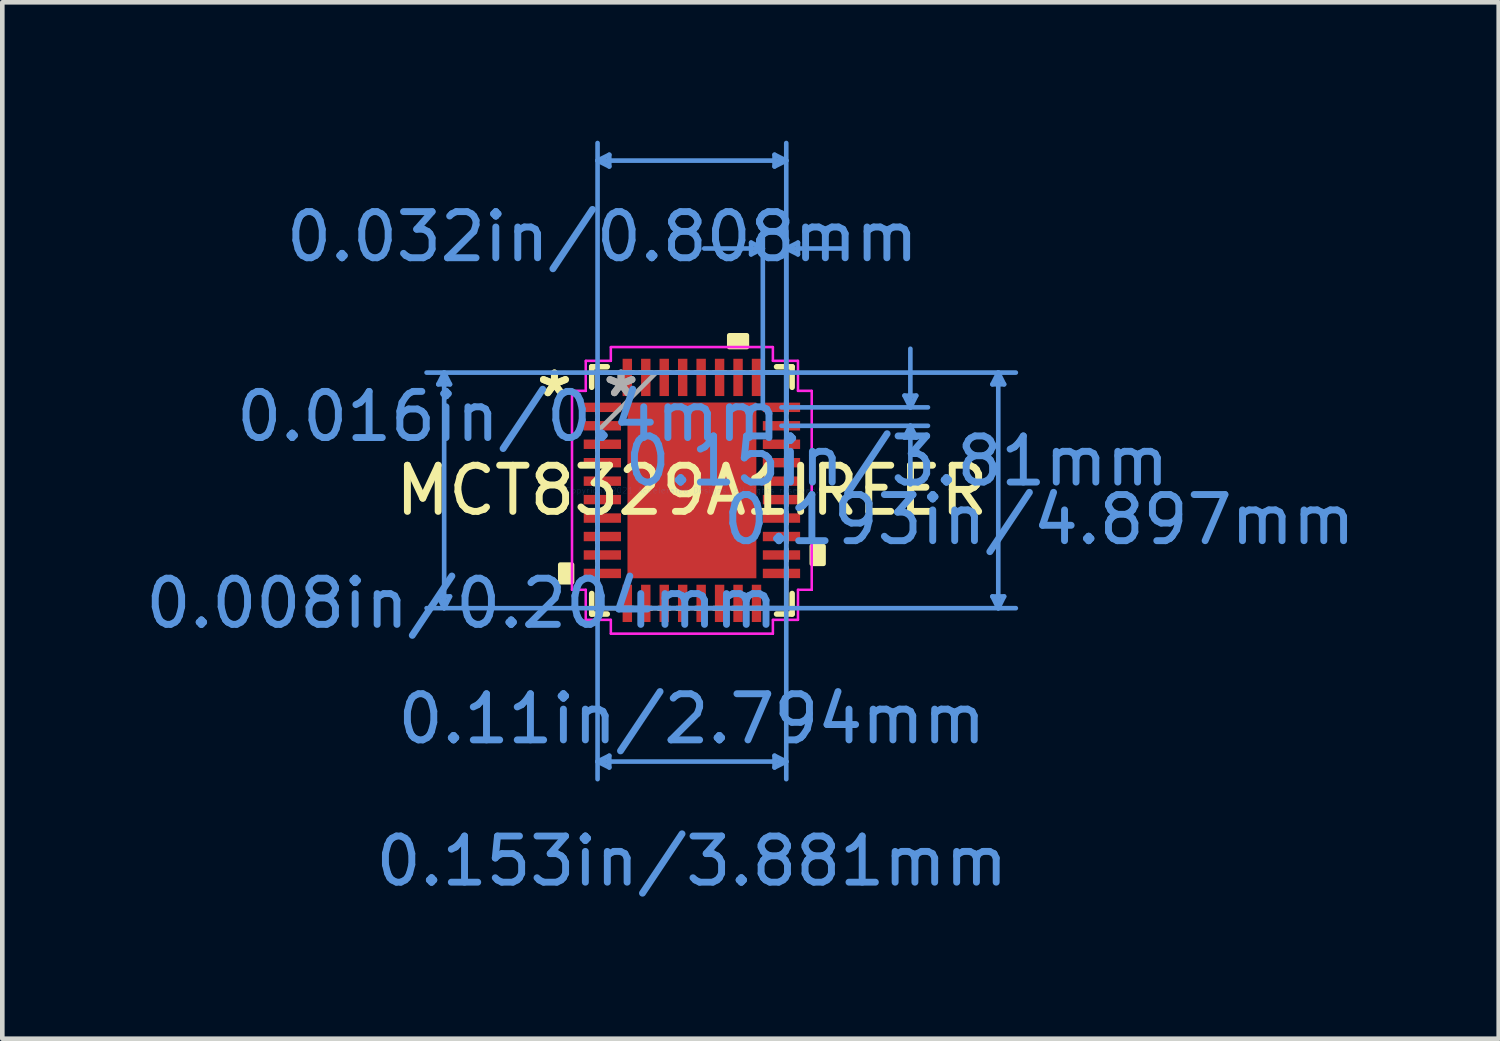
<source format=kicad_pcb>
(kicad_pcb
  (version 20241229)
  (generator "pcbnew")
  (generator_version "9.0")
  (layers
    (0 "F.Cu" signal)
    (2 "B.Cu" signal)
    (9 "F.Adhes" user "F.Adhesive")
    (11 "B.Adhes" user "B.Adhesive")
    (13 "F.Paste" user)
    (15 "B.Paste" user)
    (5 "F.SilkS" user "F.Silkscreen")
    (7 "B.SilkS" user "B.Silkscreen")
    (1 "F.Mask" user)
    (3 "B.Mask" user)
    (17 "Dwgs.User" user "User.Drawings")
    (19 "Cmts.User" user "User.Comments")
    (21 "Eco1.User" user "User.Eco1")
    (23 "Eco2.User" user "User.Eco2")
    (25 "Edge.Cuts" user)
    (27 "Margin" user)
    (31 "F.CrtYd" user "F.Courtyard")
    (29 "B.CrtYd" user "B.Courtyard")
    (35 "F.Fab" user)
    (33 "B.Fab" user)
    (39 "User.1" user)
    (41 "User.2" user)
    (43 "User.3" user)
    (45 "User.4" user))
  (footprint "MCT8329A1IREER"
    (layer "F.Cu")
    (at 11.947 7.579)
    (property "Reference" "MCT8329A1IREER" (at 0 0 0) (layer "F.SilkS") (effects (font (size 1 1) (thickness 0.15))))
    (attr through_hole)
    (fp_line (start -2.172 -2.68) (end -2.172 -2.235) (stroke (width 0.12) (type solid)) (layer "F.SilkS"))
    (fp_line (start -2.172 2.235) (end -2.172 2.68) (stroke (width 0.12) (type solid)) (layer "F.SilkS"))
    (fp_line (start -2.172 2.68) (end -1.835 2.68) (stroke (width 0.12) (type solid)) (layer "F.SilkS"))
    (fp_line (start -1.835 -2.68) (end -2.172 -2.68) (stroke (width 0.12) (type solid)) (layer "F.SilkS"))
    (fp_line (start 1.835 2.68) (end 2.172 2.68) (stroke (width 0.12) (type solid)) (layer "F.SilkS"))
    (fp_line (start 2.172 -2.68) (end 1.835 -2.68) (stroke (width 0.12) (type solid)) (layer "F.SilkS"))
    (fp_line (start 2.172 -2.235) (end 2.172 -2.68) (stroke (width 0.12) (type solid)) (layer "F.SilkS"))
    (fp_line (start 2.172 2.68) (end 2.172 2.235) (stroke (width 0.12) (type solid)) (layer "F.SilkS"))
    (fp_poly (pts (xy -2.853 1.609) (xy -2.853 1.99) (xy -2.599 1.99) (xy -2.599 1.609)) (stroke (width 0.1) (type solid)) (fill yes) (layer "F.SilkS"))
    (fp_poly (pts (xy 0.81 -3.107) (xy 0.81 -3.361) (xy 1.191 -3.361) (xy 1.191 -3.107)) (stroke (width 0.1) (type solid)) (fill yes) (layer "F.SilkS"))
    (fp_poly (pts (xy 2.853 1.21) (xy 2.853 1.591) (xy 2.599 1.591) (xy 2.599 1.21)) (stroke (width 0.1) (type solid)) (fill yes) (layer "F.SilkS"))
    (fp_poly (pts (xy -1.297 -1.805) (xy -1.297 -0.735) (xy -0.1 -0.735) (xy -0.1 -1.805)) (stroke (width 0.1) (type solid)) (fill yes) (layer "F.Paste"))
    (fp_poly (pts (xy -1.297 -0.535) (xy -1.297 0.535) (xy -0.1 0.535) (xy -0.1 -0.535)) (stroke (width 0.1) (type solid)) (fill yes) (layer "F.Paste"))
    (fp_poly (pts (xy -1.297 0.735) (xy -1.297 1.805) (xy -0.1 1.805) (xy -0.1 0.735)) (stroke (width 0.1) (type solid)) (fill yes) (layer "F.Paste"))
    (fp_poly (pts (xy 0.1 -1.805) (xy 0.1 -0.735) (xy 1.297 -0.735) (xy 1.297 -1.805)) (stroke (width 0.1) (type solid)) (fill yes) (layer "F.Paste"))
    (fp_poly (pts (xy 0.1 -0.535) (xy 0.1 0.535) (xy 1.297 0.535) (xy 1.297 -0.535)) (stroke (width 0.1) (type solid)) (fill yes) (layer "F.Paste"))
    (fp_poly (pts (xy 0.1 0.735) (xy 0.1 1.805) (xy 1.297 1.805) (xy 1.297 0.735)) (stroke (width 0.1) (type solid)) (fill yes) (layer "F.Paste"))
    (fp_line (start -5.497 -2.299) (end -5.243 -2.299) (stroke (width 0.1) (type solid)) (layer "Cmts.User"))
    (fp_line (start -5.497 2.299) (end -5.243 2.299) (stroke (width 0.1) (type solid)) (layer "Cmts.User"))
    (fp_line (start -5.37 -2.553) (end -5.497 -2.299) (stroke (width 0.1) (type solid)) (layer "Cmts.User"))
    (fp_line (start -5.37 -2.553) (end -5.37 2.553) (stroke (width 0.1) (type solid)) (layer "Cmts.User"))
    (fp_line (start -5.37 -2.553) (end -5.243 -2.299) (stroke (width 0.1) (type solid)) (layer "Cmts.User"))
    (fp_line (start -5.37 2.553) (end -5.497 2.299) (stroke (width 0.1) (type solid)) (layer "Cmts.User"))
    (fp_line (start -5.37 2.553) (end -5.243 2.299) (stroke (width 0.1) (type solid)) (layer "Cmts.User"))
    (fp_line (start -2.045 -7.148) (end -1.791 -7.275) (stroke (width 0.1) (type solid)) (layer "Cmts.User"))
    (fp_line (start -2.045 -7.148) (end -1.791 -7.021) (stroke (width 0.1) (type solid)) (layer "Cmts.User"))
    (fp_line (start -2.045 -7.148) (end 2.045 -7.148) (stroke (width 0.1) (type solid)) (layer "Cmts.User"))
    (fp_line (start -2.045 -2.553) (end -2.045 6.259) (stroke (width 0.1) (type solid)) (layer "Cmts.User"))
    (fp_line (start -2.045 -1.8) (end -2.045 -7.529) (stroke (width 0.1) (type solid)) (layer "Cmts.User"))
    (fp_line (start -2.045 5.878) (end -1.791 5.751) (stroke (width 0.1) (type solid)) (layer "Cmts.User"))
    (fp_line (start -2.045 5.878) (end -1.791 6.005) (stroke (width 0.1) (type solid)) (layer "Cmts.User"))
    (fp_line (start -2.045 5.878) (end 2.045 5.878) (stroke (width 0.1) (type solid)) (layer "Cmts.User"))
    (fp_line (start -1.791 -7.275) (end -1.791 -7.021) (stroke (width 0.1) (type solid)) (layer "Cmts.User"))
    (fp_line (start -1.791 5.751) (end -1.791 6.005) (stroke (width 0.1) (type solid)) (layer "Cmts.User"))
    (fp_line (start 1.283 -5.37) (end 1.283 -5.116) (stroke (width 0.1) (type solid)) (layer "Cmts.User"))
    (fp_line (start 1.4 -2.553) (end 7.021 -2.553) (stroke (width 0.1) (type solid)) (layer "Cmts.User"))
    (fp_line (start 1.4 2.553) (end 7.021 2.553) (stroke (width 0.1) (type solid)) (layer "Cmts.User"))
    (fp_line (start 1.537 -5.243) (end 0.267 -5.243) (stroke (width 0.1) (type solid)) (layer "Cmts.User"))
    (fp_line (start 1.537 -5.243) (end 1.283 -5.37) (stroke (width 0.1) (type solid)) (layer "Cmts.User"))
    (fp_line (start 1.537 -5.243) (end 1.283 -5.116) (stroke (width 0.1) (type solid)) (layer "Cmts.User"))
    (fp_line (start 1.537 -1.8) (end 1.537 -5.624) (stroke (width 0.1) (type solid)) (layer "Cmts.User"))
    (fp_line (start 1.791 -7.275) (end 1.791 -7.021) (stroke (width 0.1) (type solid)) (layer "Cmts.User"))
    (fp_line (start 1.791 5.751) (end 1.791 6.005) (stroke (width 0.1) (type solid)) (layer "Cmts.User"))
    (fp_line (start 1.941 -1.8) (end 5.116 -1.8) (stroke (width 0.1) (type solid)) (layer "Cmts.User"))
    (fp_line (start 1.941 -1.4) (end 5.116 -1.4) (stroke (width 0.1) (type solid)) (layer "Cmts.User"))
    (fp_line (start 2.045 -7.148) (end 1.791 -7.275) (stroke (width 0.1) (type solid)) (layer "Cmts.User"))
    (fp_line (start 2.045 -7.148) (end 1.791 -7.021) (stroke (width 0.1) (type solid)) (layer "Cmts.User"))
    (fp_line (start 2.045 -5.243) (end 2.299 -5.37) (stroke (width 0.1) (type solid)) (layer "Cmts.User"))
    (fp_line (start 2.045 -5.243) (end 2.299 -5.116) (stroke (width 0.1) (type solid)) (layer "Cmts.User"))
    (fp_line (start 2.045 -5.243) (end 3.315 -5.243) (stroke (width 0.1) (type solid)) (layer "Cmts.User"))
    (fp_line (start 2.045 -2.553) (end -5.751 -2.553) (stroke (width 0.1) (type solid)) (layer "Cmts.User"))
    (fp_line (start 2.045 -2.553) (end 2.045 6.259) (stroke (width 0.1) (type solid)) (layer "Cmts.User"))
    (fp_line (start 2.045 -1.8) (end 2.045 -7.529) (stroke (width 0.1) (type solid)) (layer "Cmts.User"))
    (fp_line (start 2.045 -1.8) (end 2.045 -5.624) (stroke (width 0.1) (type solid)) (layer "Cmts.User"))
    (fp_line (start 2.045 2.553) (end -5.751 2.553) (stroke (width 0.1) (type solid)) (layer "Cmts.User"))
    (fp_line (start 2.045 5.878) (end 1.791 5.751) (stroke (width 0.1) (type solid)) (layer "Cmts.User"))
    (fp_line (start 2.045 5.878) (end 1.791 6.005) (stroke (width 0.1) (type solid)) (layer "Cmts.User"))
    (fp_line (start 2.299 -5.37) (end 2.299 -5.116) (stroke (width 0.1) (type solid)) (layer "Cmts.User"))
    (fp_line (start 4.608 -2.054) (end 4.862 -2.054) (stroke (width 0.1) (type solid)) (layer "Cmts.User"))
    (fp_line (start 4.608 -1.146) (end 4.862 -1.146) (stroke (width 0.1) (type solid)) (layer "Cmts.User"))
    (fp_line (start 4.735 -1.8) (end 4.608 -2.054) (stroke (width 0.1) (type solid)) (layer "Cmts.User"))
    (fp_line (start 4.735 -1.8) (end 4.735 -3.07) (stroke (width 0.1) (type solid)) (layer "Cmts.User"))
    (fp_line (start 4.735 -1.8) (end 4.862 -2.054) (stroke (width 0.1) (type solid)) (layer "Cmts.User"))
    (fp_line (start 4.735 -1.4) (end 4.608 -1.146) (stroke (width 0.1) (type solid)) (layer "Cmts.User"))
    (fp_line (start 4.735 -1.4) (end 4.735 -0.13) (stroke (width 0.1) (type solid)) (layer "Cmts.User"))
    (fp_line (start 4.735 -1.4) (end 4.862 -1.146) (stroke (width 0.1) (type solid)) (layer "Cmts.User"))
    (fp_line (start 6.513 -2.299) (end 6.767 -2.299) (stroke (width 0.1) (type solid)) (layer "Cmts.User"))
    (fp_line (start 6.513 2.299) (end 6.767 2.299) (stroke (width 0.1) (type solid)) (layer "Cmts.User"))
    (fp_line (start 6.64 -2.553) (end 6.513 -2.299) (stroke (width 0.1) (type solid)) (layer "Cmts.User"))
    (fp_line (start 6.64 -2.553) (end 6.64 2.553) (stroke (width 0.1) (type solid)) (layer "Cmts.User"))
    (fp_line (start 6.64 -2.553) (end 6.767 -2.299) (stroke (width 0.1) (type solid)) (layer "Cmts.User"))
    (fp_line (start 6.64 2.553) (end 6.513 2.299) (stroke (width 0.1) (type solid)) (layer "Cmts.User"))
    (fp_line (start 6.64 2.553) (end 6.767 2.299) (stroke (width 0.1) (type solid)) (layer "Cmts.User"))
    (fp_line (start -2.599 -2.156) (end -2.299 -2.156) (stroke (width 0.05) (type solid)) (layer "F.CrtYd"))
    (fp_line (start -2.599 -2.156) (end -2.299 -2.156) (stroke (width 0.05) (type solid)) (layer "F.CrtYd"))
    (fp_line (start -2.599 2.156) (end -2.599 -2.156) (stroke (width 0.05) (type solid)) (layer "F.CrtYd"))
    (fp_line (start -2.599 2.156) (end -2.599 -2.156) (stroke (width 0.05) (type solid)) (layer "F.CrtYd"))
    (fp_line (start -2.299 -2.807) (end -1.756 -2.807) (stroke (width 0.05) (type solid)) (layer "F.CrtYd"))
    (fp_line (start -2.299 -2.807) (end -1.756 -2.807) (stroke (width 0.05) (type solid)) (layer "F.CrtYd"))
    (fp_line (start -2.299 -2.156) (end -2.299 -2.807) (stroke (width 0.05) (type solid)) (layer "F.CrtYd"))
    (fp_line (start -2.299 -2.156) (end -2.299 -2.807) (stroke (width 0.05) (type solid)) (layer "F.CrtYd"))
    (fp_line (start -2.299 2.156) (end -2.599 2.156) (stroke (width 0.05) (type solid)) (layer "F.CrtYd"))
    (fp_line (start -2.299 2.156) (end -2.599 2.156) (stroke (width 0.05) (type solid)) (layer "F.CrtYd"))
    (fp_line (start -2.299 2.807) (end -2.299 2.156) (stroke (width 0.05) (type solid)) (layer "F.CrtYd"))
    (fp_line (start -2.299 2.807) (end -2.299 2.156) (stroke (width 0.05) (type solid)) (layer "F.CrtYd"))
    (fp_line (start -1.756 -3.107) (end 1.756 -3.107) (stroke (width 0.05) (type solid)) (layer "F.CrtYd"))
    (fp_line (start -1.756 -3.107) (end 1.756 -3.107) (stroke (width 0.05) (type solid)) (layer "F.CrtYd"))
    (fp_line (start -1.756 -2.807) (end -1.756 -3.107) (stroke (width 0.05) (type solid)) (layer "F.CrtYd"))
    (fp_line (start -1.756 -2.807) (end -1.756 -3.107) (stroke (width 0.05) (type solid)) (layer "F.CrtYd"))
    (fp_line (start -1.756 2.807) (end -2.299 2.807) (stroke (width 0.05) (type solid)) (layer "F.CrtYd"))
    (fp_line (start -1.756 2.807) (end -2.299 2.807) (stroke (width 0.05) (type solid)) (layer "F.CrtYd"))
    (fp_line (start -1.756 3.107) (end -1.756 2.807) (stroke (width 0.05) (type solid)) (layer "F.CrtYd"))
    (fp_line (start -1.756 3.107) (end -1.756 2.807) (stroke (width 0.05) (type solid)) (layer "F.CrtYd"))
    (fp_line (start 1.756 -3.107) (end 1.756 -2.807) (stroke (width 0.05) (type solid)) (layer "F.CrtYd"))
    (fp_line (start 1.756 -3.107) (end 1.756 -2.807) (stroke (width 0.05) (type solid)) (layer "F.CrtYd"))
    (fp_line (start 1.756 -2.807) (end 2.299 -2.807) (stroke (width 0.05) (type solid)) (layer "F.CrtYd"))
    (fp_line (start 1.756 -2.807) (end 2.299 -2.807) (stroke (width 0.05) (type solid)) (layer "F.CrtYd"))
    (fp_line (start 1.756 2.807) (end 1.756 3.107) (stroke (width 0.05) (type solid)) (layer "F.CrtYd"))
    (fp_line (start 1.756 2.807) (end 1.756 3.107) (stroke (width 0.05) (type solid)) (layer "F.CrtYd"))
    (fp_line (start 1.756 3.107) (end -1.756 3.107) (stroke (width 0.05) (type solid)) (layer "F.CrtYd"))
    (fp_line (start 1.756 3.107) (end -1.756 3.107) (stroke (width 0.05) (type solid)) (layer "F.CrtYd"))
    (fp_line (start 2.299 -2.807) (end 2.299 -2.156) (stroke (width 0.05) (type solid)) (layer "F.CrtYd"))
    (fp_line (start 2.299 -2.807) (end 2.299 -2.156) (stroke (width 0.05) (type solid)) (layer "F.CrtYd"))
    (fp_line (start 2.299 -2.156) (end 2.599 -2.156) (stroke (width 0.05) (type solid)) (layer "F.CrtYd"))
    (fp_line (start 2.299 -2.156) (end 2.599 -2.156) (stroke (width 0.05) (type solid)) (layer "F.CrtYd"))
    (fp_line (start 2.299 2.156) (end 2.299 2.807) (stroke (width 0.05) (type solid)) (layer "F.CrtYd"))
    (fp_line (start 2.299 2.156) (end 2.299 2.807) (stroke (width 0.05) (type solid)) (layer "F.CrtYd"))
    (fp_line (start 2.299 2.807) (end 1.756 2.807) (stroke (width 0.05) (type solid)) (layer "F.CrtYd"))
    (fp_line (start 2.299 2.807) (end 1.756 2.807) (stroke (width 0.05) (type solid)) (layer "F.CrtYd"))
    (fp_line (start 2.599 -2.156) (end 2.599 2.156) (stroke (width 0.05) (type solid)) (layer "F.CrtYd"))
    (fp_line (start 2.599 -2.156) (end 2.599 2.156) (stroke (width 0.05) (type solid)) (layer "F.CrtYd"))
    (fp_line (start 2.599 2.156) (end 2.299 2.156) (stroke (width 0.05) (type solid)) (layer "F.CrtYd"))
    (fp_line (start 2.599 2.156) (end 2.299 2.156) (stroke (width 0.05) (type solid)) (layer "F.CrtYd"))
    (fp_line (start -2.045 -2.553) (end -2.045 -2.553) (stroke (width 0.1) (type solid)) (layer "F.Fab"))
    (fp_line (start -2.045 -2.553) (end -2.045 2.553) (stroke (width 0.1) (type solid)) (layer "F.Fab"))
    (fp_line (start -2.045 -1.927) (end -2.045 -1.927) (stroke (width 0.1) (type solid)) (layer "F.Fab"))
    (fp_line (start -2.045 -1.927) (end -2.045 -1.673) (stroke (width 0.1) (type solid)) (layer "F.Fab"))
    (fp_line (start -2.045 -1.673) (end -2.045 -1.927) (stroke (width 0.1) (type solid)) (layer "F.Fab"))
    (fp_line (start -2.045 -1.673) (end -2.045 -1.673) (stroke (width 0.1) (type solid)) (layer "F.Fab"))
    (fp_line (start -2.045 -1.527) (end -2.045 -1.527) (stroke (width 0.1) (type solid)) (layer "F.Fab"))
    (fp_line (start -2.045 -1.527) (end -2.045 -1.273) (stroke (width 0.1) (type solid)) (layer "F.Fab"))
    (fp_line (start -2.045 -1.283) (end -0.775 -2.553) (stroke (width 0.1) (type solid)) (layer "F.Fab"))
    (fp_line (start -2.045 -1.273) (end -2.045 -1.527) (stroke (width 0.1) (type solid)) (layer "F.Fab"))
    (fp_line (start -2.045 -1.273) (end -2.045 -1.273) (stroke (width 0.1) (type solid)) (layer "F.Fab"))
    (fp_line (start -2.045 -1.127) (end -2.045 -1.127) (stroke (width 0.1) (type solid)) (layer "F.Fab"))
    (fp_line (start -2.045 -1.127) (end -2.045 -0.873) (stroke (width 0.1) (type solid)) (layer "F.Fab"))
    (fp_line (start -2.045 -0.873) (end -2.045 -1.127) (stroke (width 0.1) (type solid)) (layer "F.Fab"))
    (fp_line (start -2.045 -0.873) (end -2.045 -0.873) (stroke (width 0.1) (type solid)) (layer "F.Fab"))
    (fp_line (start -2.045 -0.727) (end -2.045 -0.727) (stroke (width 0.1) (type solid)) (layer "F.Fab"))
    (fp_line (start -2.045 -0.727) (end -2.045 -0.473) (stroke (width 0.1) (type solid)) (layer "F.Fab"))
    (fp_line (start -2.045 -0.473) (end -2.045 -0.727) (stroke (width 0.1) (type solid)) (layer "F.Fab"))
    (fp_line (start -2.045 -0.473) (end -2.045 -0.473) (stroke (width 0.1) (type solid)) (layer "F.Fab"))
    (fp_line (start -2.045 -0.327) (end -2.045 -0.327) (stroke (width 0.1) (type solid)) (layer "F.Fab"))
    (fp_line (start -2.045 -0.327) (end -2.045 -0.073) (stroke (width 0.1) (type solid)) (layer "F.Fab"))
    (fp_line (start -2.045 -0.073) (end -2.045 -0.327) (stroke (width 0.1) (type solid)) (layer "F.Fab"))
    (fp_line (start -2.045 -0.073) (end -2.045 -0.073) (stroke (width 0.1) (type solid)) (layer "F.Fab"))
    (fp_line (start -2.045 0.073) (end -2.045 0.073) (stroke (width 0.1) (type solid)) (layer "F.Fab"))
    (fp_line (start -2.045 0.073) (end -2.045 0.327) (stroke (width 0.1) (type solid)) (layer "F.Fab"))
    (fp_line (start -2.045 0.327) (end -2.045 0.073) (stroke (width 0.1) (type solid)) (layer "F.Fab"))
    (fp_line (start -2.045 0.327) (end -2.045 0.327) (stroke (width 0.1) (type solid)) (layer "F.Fab"))
    (fp_line (start -2.045 0.473) (end -2.045 0.473) (stroke (width 0.1) (type solid)) (layer "F.Fab"))
    (fp_line (start -2.045 0.473) (end -2.045 0.727) (stroke (width 0.1) (type solid)) (layer "F.Fab"))
    (fp_line (start -2.045 0.727) (end -2.045 0.473) (stroke (width 0.1) (type solid)) (layer "F.Fab"))
    (fp_line (start -2.045 0.727) (end -2.045 0.727) (stroke (width 0.1) (type solid)) (layer "F.Fab"))
    (fp_line (start -2.045 0.873) (end -2.045 0.873) (stroke (width 0.1) (type solid)) (layer "F.Fab"))
    (fp_line (start -2.045 0.873) (end -2.045 1.127) (stroke (width 0.1) (type solid)) (layer "F.Fab"))
    (fp_line (start -2.045 1.127) (end -2.045 0.873) (stroke (width 0.1) (type solid)) (layer "F.Fab"))
    (fp_line (start -2.045 1.127) (end -2.045 1.127) (stroke (width 0.1) (type solid)) (layer "F.Fab"))
    (fp_line (start -2.045 1.273) (end -2.045 1.273) (stroke (width 0.1) (type solid)) (layer "F.Fab"))
    (fp_line (start -2.045 1.273) (end -2.045 1.527) (stroke (width 0.1) (type solid)) (layer "F.Fab"))
    (fp_line (start -2.045 1.527) (end -2.045 1.273) (stroke (width 0.1) (type solid)) (layer "F.Fab"))
    (fp_line (start -2.045 1.527) (end -2.045 1.527) (stroke (width 0.1) (type solid)) (layer "F.Fab"))
    (fp_line (start -2.045 1.673) (end -2.045 1.673) (stroke (width 0.1) (type solid)) (layer "F.Fab"))
    (fp_line (start -2.045 1.673) (end -2.045 1.927) (stroke (width 0.1) (type solid)) (layer "F.Fab"))
    (fp_line (start -2.045 1.927) (end -2.045 1.673) (stroke (width 0.1) (type solid)) (layer "F.Fab"))
    (fp_line (start -2.045 1.927) (end -2.045 1.927) (stroke (width 0.1) (type solid)) (layer "F.Fab"))
    (fp_line (start -2.045 2.553) (end -2.045 2.553) (stroke (width 0.1) (type solid)) (layer "F.Fab"))
    (fp_line (start -2.045 2.553) (end 2.045 2.553) (stroke (width 0.1) (type solid)) (layer "F.Fab"))
    (fp_line (start -1.527 -2.553) (end -1.527 -2.553) (stroke (width 0.1) (type solid)) (layer "F.Fab"))
    (fp_line (start -1.527 -2.553) (end -1.273 -2.553) (stroke (width 0.1) (type solid)) (layer "F.Fab"))
    (fp_line (start -1.527 2.553) (end -1.527 2.553) (stroke (width 0.1) (type solid)) (layer "F.Fab"))
    (fp_line (start -1.527 2.553) (end -1.273 2.553) (stroke (width 0.1) (type solid)) (layer "F.Fab"))
    (fp_line (start -1.273 -2.553) (end -1.527 -2.553) (stroke (width 0.1) (type solid)) (layer "F.Fab"))
    (fp_line (start -1.273 -2.553) (end -1.273 -2.553) (stroke (width 0.1) (type solid)) (layer "F.Fab"))
    (fp_line (start -1.273 2.553) (end -1.527 2.553) (stroke (width 0.1) (type solid)) (layer "F.Fab"))
    (fp_line (start -1.273 2.553) (end -1.273 2.553) (stroke (width 0.1) (type solid)) (layer "F.Fab"))
    (fp_line (start -1.127 -2.553) (end -1.127 -2.553) (stroke (width 0.1) (type solid)) (layer "F.Fab"))
    (fp_line (start -1.127 -2.553) (end -0.873 -2.553) (stroke (width 0.1) (type solid)) (layer "F.Fab"))
    (fp_line (start -1.127 2.553) (end -1.127 2.553) (stroke (width 0.1) (type solid)) (layer "F.Fab"))
    (fp_line (start -1.127 2.553) (end -0.873 2.553) (stroke (width 0.1) (type solid)) (layer "F.Fab"))
    (fp_line (start -0.873 -2.553) (end -1.127 -2.553) (stroke (width 0.1) (type solid)) (layer "F.Fab"))
    (fp_line (start -0.873 -2.553) (end -0.873 -2.553) (stroke (width 0.1) (type solid)) (layer "F.Fab"))
    (fp_line (start -0.873 2.553) (end -1.127 2.553) (stroke (width 0.1) (type solid)) (layer "F.Fab"))
    (fp_line (start -0.873 2.553) (end -0.873 2.553) (stroke (width 0.1) (type solid)) (layer "F.Fab"))
    (fp_line (start -0.727 -2.553) (end -0.727 -2.553) (stroke (width 0.1) (type solid)) (layer "F.Fab"))
    (fp_line (start -0.727 -2.553) (end -0.473 -2.553) (stroke (width 0.1) (type solid)) (layer "F.Fab"))
    (fp_line (start -0.727 2.553) (end -0.727 2.553) (stroke (width 0.1) (type solid)) (layer "F.Fab"))
    (fp_line (start -0.727 2.553) (end -0.473 2.553) (stroke (width 0.1) (type solid)) (layer "F.Fab"))
    (fp_line (start -0.473 -2.553) (end -0.727 -2.553) (stroke (width 0.1) (type solid)) (layer "F.Fab"))
    (fp_line (start -0.473 -2.553) (end -0.473 -2.553) (stroke (width 0.1) (type solid)) (layer "F.Fab"))
    (fp_line (start -0.473 2.553) (end -0.727 2.553) (stroke (width 0.1) (type solid)) (layer "F.Fab"))
    (fp_line (start -0.473 2.553) (end -0.473 2.553) (stroke (width 0.1) (type solid)) (layer "F.Fab"))
    (fp_line (start -0.327 -2.553) (end -0.327 -2.553) (stroke (width 0.1) (type solid)) (layer "F.Fab"))
    (fp_line (start -0.327 -2.553) (end -0.073 -2.553) (stroke (width 0.1) (type solid)) (layer "F.Fab"))
    (fp_line (start -0.327 2.553) (end -0.327 2.553) (stroke (width 0.1) (type solid)) (layer "F.Fab"))
    (fp_line (start -0.327 2.553) (end -0.073 2.553) (stroke (width 0.1) (type solid)) (layer "F.Fab"))
    (fp_line (start -0.073 -2.553) (end -0.327 -2.553) (stroke (width 0.1) (type solid)) (layer "F.Fab"))
    (fp_line (start -0.073 -2.553) (end -0.073 -2.553) (stroke (width 0.1) (type solid)) (layer "F.Fab"))
    (fp_line (start -0.073 2.553) (end -0.327 2.553) (stroke (width 0.1) (type solid)) (layer "F.Fab"))
    (fp_line (start -0.073 2.553) (end -0.073 2.553) (stroke (width 0.1) (type solid)) (layer "F.Fab"))
    (fp_line (start 0.073 -2.553) (end 0.073 -2.553) (stroke (width 0.1) (type solid)) (layer "F.Fab"))
    (fp_line (start 0.073 -2.553) (end 0.327 -2.553) (stroke (width 0.1) (type solid)) (layer "F.Fab"))
    (fp_line (start 0.073 2.553) (end 0.073 2.553) (stroke (width 0.1) (type solid)) (layer "F.Fab"))
    (fp_line (start 0.073 2.553) (end 0.327 2.553) (stroke (width 0.1) (type solid)) (layer "F.Fab"))
    (fp_line (start 0.327 -2.553) (end 0.073 -2.553) (stroke (width 0.1) (type solid)) (layer "F.Fab"))
    (fp_line (start 0.327 -2.553) (end 0.327 -2.553) (stroke (width 0.1) (type solid)) (layer "F.Fab"))
    (fp_line (start 0.327 2.553) (end 0.073 2.553) (stroke (width 0.1) (type solid)) (layer "F.Fab"))
    (fp_line (start 0.327 2.553) (end 0.327 2.553) (stroke (width 0.1) (type solid)) (layer "F.Fab"))
    (fp_line (start 0.473 -2.553) (end 0.473 -2.553) (stroke (width 0.1) (type solid)) (layer "F.Fab"))
    (fp_line (start 0.473 -2.553) (end 0.727 -2.553) (stroke (width 0.1) (type solid)) (layer "F.Fab"))
    (fp_line (start 0.473 2.553) (end 0.473 2.553) (stroke (width 0.1) (type solid)) (layer "F.Fab"))
    (fp_line (start 0.473 2.553) (end 0.727 2.553) (stroke (width 0.1) (type solid)) (layer "F.Fab"))
    (fp_line (start 0.727 -2.553) (end 0.473 -2.553) (stroke (width 0.1) (type solid)) (layer "F.Fab"))
    (fp_line (start 0.727 -2.553) (end 0.727 -2.553) (stroke (width 0.1) (type solid)) (layer "F.Fab"))
    (fp_line (start 0.727 2.553) (end 0.473 2.553) (stroke (width 0.1) (type solid)) (layer "F.Fab"))
    (fp_line (start 0.727 2.553) (end 0.727 2.553) (stroke (width 0.1) (type solid)) (layer "F.Fab"))
    (fp_line (start 0.873 -2.553) (end 0.873 -2.553) (stroke (width 0.1) (type solid)) (layer "F.Fab"))
    (fp_line (start 0.873 -2.553) (end 1.127 -2.553) (stroke (width 0.1) (type solid)) (layer "F.Fab"))
    (fp_line (start 0.873 2.553) (end 0.873 2.553) (stroke (width 0.1) (type solid)) (layer "F.Fab"))
    (fp_line (start 0.873 2.553) (end 1.127 2.553) (stroke (width 0.1) (type solid)) (layer "F.Fab"))
    (fp_line (start 1.127 -2.553) (end 0.873 -2.553) (stroke (width 0.1) (type solid)) (layer "F.Fab"))
    (fp_line (start 1.127 -2.553) (end 1.127 -2.553) (stroke (width 0.1) (type solid)) (layer "F.Fab"))
    (fp_line (start 1.127 2.553) (end 0.873 2.553) (stroke (width 0.1) (type solid)) (layer "F.Fab"))
    (fp_line (start 1.127 2.553) (end 1.127 2.553) (stroke (width 0.1) (type solid)) (layer "F.Fab"))
    (fp_line (start 1.273 -2.553) (end 1.273 -2.553) (stroke (width 0.1) (type solid)) (layer "F.Fab"))
    (fp_line (start 1.273 -2.553) (end 1.527 -2.553) (stroke (width 0.1) (type solid)) (layer "F.Fab"))
    (fp_line (start 1.273 2.553) (end 1.273 2.553) (stroke (width 0.1) (type solid)) (layer "F.Fab"))
    (fp_line (start 1.273 2.553) (end 1.527 2.553) (stroke (width 0.1) (type solid)) (layer "F.Fab"))
    (fp_line (start 1.527 -2.553) (end 1.273 -2.553) (stroke (width 0.1) (type solid)) (layer "F.Fab"))
    (fp_line (start 1.527 -2.553) (end 1.527 -2.553) (stroke (width 0.1) (type solid)) (layer "F.Fab"))
    (fp_line (start 1.527 2.553) (end 1.273 2.553) (stroke (width 0.1) (type solid)) (layer "F.Fab"))
    (fp_line (start 1.527 2.553) (end 1.527 2.553) (stroke (width 0.1) (type solid)) (layer "F.Fab"))
    (fp_line (start 2.045 -2.553) (end -2.045 -2.553) (stroke (width 0.1) (type solid)) (layer "F.Fab"))
    (fp_line (start 2.045 -2.553) (end 2.045 -2.553) (stroke (width 0.1) (type solid)) (layer "F.Fab"))
    (fp_line (start 2.045 -1.927) (end 2.045 -1.927) (stroke (width 0.1) (type solid)) (layer "F.Fab"))
    (fp_line (start 2.045 -1.927) (end 2.045 -1.673) (stroke (width 0.1) (type solid)) (layer "F.Fab"))
    (fp_line (start 2.045 -1.673) (end 2.045 -1.927) (stroke (width 0.1) (type solid)) (layer "F.Fab"))
    (fp_line (start 2.045 -1.673) (end 2.045 -1.673) (stroke (width 0.1) (type solid)) (layer "F.Fab"))
    (fp_line (start 2.045 -1.527) (end 2.045 -1.527) (stroke (width 0.1) (type solid)) (layer "F.Fab"))
    (fp_line (start 2.045 -1.527) (end 2.045 -1.273) (stroke (width 0.1) (type solid)) (layer "F.Fab"))
    (fp_line (start 2.045 -1.273) (end 2.045 -1.527) (stroke (width 0.1) (type solid)) (layer "F.Fab"))
    (fp_line (start 2.045 -1.273) (end 2.045 -1.273) (stroke (width 0.1) (type solid)) (layer "F.Fab"))
    (fp_line (start 2.045 -1.127) (end 2.045 -1.127) (stroke (width 0.1) (type solid)) (layer "F.Fab"))
    (fp_line (start 2.045 -1.127) (end 2.045 -0.873) (stroke (width 0.1) (type solid)) (layer "F.Fab"))
    (fp_line (start 2.045 -0.873) (end 2.045 -1.127) (stroke (width 0.1) (type solid)) (layer "F.Fab"))
    (fp_line (start 2.045 -0.873) (end 2.045 -0.873) (stroke (width 0.1) (type solid)) (layer "F.Fab"))
    (fp_line (start 2.045 -0.727) (end 2.045 -0.727) (stroke (width 0.1) (type solid)) (layer "F.Fab"))
    (fp_line (start 2.045 -0.727) (end 2.045 -0.473) (stroke (width 0.1) (type solid)) (layer "F.Fab"))
    (fp_line (start 2.045 -0.473) (end 2.045 -0.727) (stroke (width 0.1) (type solid)) (layer "F.Fab"))
    (fp_line (start 2.045 -0.473) (end 2.045 -0.473) (stroke (width 0.1) (type solid)) (layer "F.Fab"))
    (fp_line (start 2.045 -0.327) (end 2.045 -0.327) (stroke (width 0.1) (type solid)) (layer "F.Fab"))
    (fp_line (start 2.045 -0.327) (end 2.045 -0.073) (stroke (width 0.1) (type solid)) (layer "F.Fab"))
    (fp_line (start 2.045 -0.073) (end 2.045 -0.327) (stroke (width 0.1) (type solid)) (layer "F.Fab"))
    (fp_line (start 2.045 -0.073) (end 2.045 -0.073) (stroke (width 0.1) (type solid)) (layer "F.Fab"))
    (fp_line (start 2.045 0.073) (end 2.045 0.073) (stroke (width 0.1) (type solid)) (layer "F.Fab"))
    (fp_line (start 2.045 0.073) (end 2.045 0.327) (stroke (width 0.1) (type solid)) (layer "F.Fab"))
    (fp_line (start 2.045 0.327) (end 2.045 0.073) (stroke (width 0.1) (type solid)) (layer "F.Fab"))
    (fp_line (start 2.045 0.327) (end 2.045 0.327) (stroke (width 0.1) (type solid)) (layer "F.Fab"))
    (fp_line (start 2.045 0.473) (end 2.045 0.473) (stroke (width 0.1) (type solid)) (layer "F.Fab"))
    (fp_line (start 2.045 0.473) (end 2.045 0.727) (stroke (width 0.1) (type solid)) (layer "F.Fab"))
    (fp_line (start 2.045 0.727) (end 2.045 0.473) (stroke (width 0.1) (type solid)) (layer "F.Fab"))
    (fp_line (start 2.045 0.727) (end 2.045 0.727) (stroke (width 0.1) (type solid)) (layer "F.Fab"))
    (fp_line (start 2.045 0.873) (end 2.045 0.873) (stroke (width 0.1) (type solid)) (layer "F.Fab"))
    (fp_line (start 2.045 0.873) (end 2.045 1.127) (stroke (width 0.1) (type solid)) (layer "F.Fab"))
    (fp_line (start 2.045 1.127) (end 2.045 0.873) (stroke (width 0.1) (type solid)) (layer "F.Fab"))
    (fp_line (start 2.045 1.127) (end 2.045 1.127) (stroke (width 0.1) (type solid)) (layer "F.Fab"))
    (fp_line (start 2.045 1.273) (end 2.045 1.273) (stroke (width 0.1) (type solid)) (layer "F.Fab"))
    (fp_line (start 2.045 1.273) (end 2.045 1.527) (stroke (width 0.1) (type solid)) (layer "F.Fab"))
    (fp_line (start 2.045 1.527) (end 2.045 1.273) (stroke (width 0.1) (type solid)) (layer "F.Fab"))
    (fp_line (start 2.045 1.527) (end 2.045 1.527) (stroke (width 0.1) (type solid)) (layer "F.Fab"))
    (fp_line (start 2.045 1.673) (end 2.045 1.673) (stroke (width 0.1) (type solid)) (layer "F.Fab"))
    (fp_line (start 2.045 1.673) (end 2.045 1.927) (stroke (width 0.1) (type solid)) (layer "F.Fab"))
    (fp_line (start 2.045 1.927) (end 2.045 1.673) (stroke (width 0.1) (type solid)) (layer "F.Fab"))
    (fp_line (start 2.045 1.927) (end 2.045 1.927) (stroke (width 0.1) (type solid)) (layer "F.Fab"))
    (fp_line (start 2.045 2.553) (end 2.045 -2.553) (stroke (width 0.1) (type solid)) (layer "F.Fab"))
    (fp_line (start 2.045 2.553) (end 2.045 2.553) (stroke (width 0.1) (type solid)) (layer "F.Fab"))
    (fp_text user "*" (at -2.98 -2 0) (layer "F.SilkS") (effects (font (size 1 1) (thickness 0.15))))
    (fp_text user "*" (at -2.98 -2 0) (layer "F.SilkS") (effects (font (size 1 1) (thickness 0.15))))
    (fp_text user "0.193in/4.897mm" (at 7.529 0.635 0) (layer "Cmts.User") (effects (font (size 1 1) (thickness 0.15))))
    (fp_text user "0.032in/0.808mm" (at -1.941 -5.497 0) (layer "Cmts.User") (effects (font (size 1 1) (thickness 0.15))))
    (fp_text user "0.15in/3.81mm" (at 4.445 -0.635 0) (layer "Cmts.User") (effects (font (size 1 1) (thickness 0.15))))
    (fp_text user "0.153in/3.881mm" (at 0 8.037 0) (layer "Cmts.User") (effects (font (size 1 1) (thickness 0.15))))
    (fp_text user "0.016in/0.4mm" (at -3.973 -1.6 0) (layer "Cmts.User") (effects (font (size 1 1) (thickness 0.15))))
    (fp_text user "Copyright 2021 Accelerated Designs. All rights reserved." (at 0 0 0) (layer "Cmts.User") (effects (font (size 0.127 0.127) (thickness 0.002))))
    (fp_text user "0.008in/0.204mm" (at -4.989 2.449 0) (layer "Cmts.User") (effects (font (size 1 1) (thickness 0.15))))
    (fp_text user "0.11in/2.794mm" (at 0 4.953 0) (layer "Cmts.User") (effects (font (size 1 1) (thickness 0.15))))
    (fp_text user "*" (at -1.537 -2 0) (layer "F.Fab") (effects (font (size 1 1) (thickness 0.15))))
    (fp_text user "*" (at -1.537 -2 0) (layer "F.Fab") (effects (font (size 1 1) (thickness 0.15))))
    (pad "1" smd rect (at -1.941 -1.8 90) (size 0.204 0.808) (layers "F.Cu" "F.Mask" "F.Paste"))
    (pad "2" smd rect (at -1.941 -1.4 90) (size 0.204 0.808) (layers "F.Cu" "F.Mask" "F.Paste"))
    (pad "3" smd rect (at -1.941 -1 90) (size 0.204 0.808) (layers "F.Cu" "F.Mask" "F.Paste"))
    (pad "4" smd rect (at -1.941 -0.6 90) (size 0.204 0.808) (layers "F.Cu" "F.Mask" "F.Paste"))
    (pad "5" smd rect (at -1.941 -0.2 90) (size 0.204 0.808) (layers "F.Cu" "F.Mask" "F.Paste"))
    (pad "6" smd rect (at -1.941 0.2 90) (size 0.204 0.808) (layers "F.Cu" "F.Mask" "F.Paste"))
    (pad "7" smd rect (at -1.941 0.6 90) (size 0.204 0.808) (layers "F.Cu" "F.Mask" "F.Paste"))
    (pad "8" smd rect (at -1.941 1 90) (size 0.204 0.808) (layers "F.Cu" "F.Mask" "F.Paste"))
    (pad "9" smd rect (at -1.941 1.4 90) (size 0.204 0.808) (layers "F.Cu" "F.Mask" "F.Paste"))
    (pad "10" smd rect (at -1.941 1.8 90) (size 0.204 0.808) (layers "F.Cu" "F.Mask" "F.Paste"))
    (pad "11" smd rect (at -1.4 2.449) (size 0.204 0.808) (layers "F.Cu" "F.Mask" "F.Paste"))
    (pad "12" smd rect (at -1 2.449) (size 0.204 0.808) (layers "F.Cu" "F.Mask" "F.Paste"))
    (pad "13" smd rect (at -0.6 2.449) (size 0.204 0.808) (layers "F.Cu" "F.Mask" "F.Paste"))
    (pad "14" smd rect (at -0.2 2.449) (size 0.204 0.808) (layers "F.Cu" "F.Mask" "F.Paste"))
    (pad "15" smd rect (at 0.2 2.449) (size 0.204 0.808) (layers "F.Cu" "F.Mask" "F.Paste"))
    (pad "16" smd rect (at 0.6 2.449) (size 0.204 0.808) (layers "F.Cu" "F.Mask" "F.Paste"))
    (pad "17" smd rect (at 1 2.449) (size 0.204 0.808) (layers "F.Cu" "F.Mask" "F.Paste"))
    (pad "18" smd rect (at 1.4 2.449) (size 0.204 0.808) (layers "F.Cu" "F.Mask" "F.Paste"))
    (pad "19" smd rect (at 1.941 1.8 90) (size 0.204 0.808) (layers "F.Cu" "F.Mask" "F.Paste"))
    (pad "20" smd rect (at 1.941 1.4 90) (size 0.204 0.808) (layers "F.Cu" "F.Mask" "F.Paste"))
    (pad "21" smd rect (at 1.941 1 90) (size 0.204 0.808) (layers "F.Cu" "F.Mask" "F.Paste"))
    (pad "22" smd rect (at 1.941 0.6 90) (size 0.204 0.808) (layers "F.Cu" "F.Mask" "F.Paste"))
    (pad "23" smd rect (at 1.941 0.2 90) (size 0.204 0.808) (layers "F.Cu" "F.Mask" "F.Paste"))
    (pad "24" smd rect (at 1.941 -0.2 90) (size 0.204 0.808) (layers "F.Cu" "F.Mask" "F.Paste"))
    (pad "25" smd rect (at 1.941 -0.6 90) (size 0.204 0.808) (layers "F.Cu" "F.Mask" "F.Paste"))
    (pad "26" smd rect (at 1.941 -1 90) (size 0.204 0.808) (layers "F.Cu" "F.Mask" "F.Paste"))
    (pad "27" smd rect (at 1.941 -1.4 90) (size 0.204 0.808) (layers "F.Cu" "F.Mask" "F.Paste"))
    (pad "28" smd rect (at 1.941 -1.8 90) (size 0.204 0.808) (layers "F.Cu" "F.Mask" "F.Paste"))
    (pad "29" smd rect (at 1.4 -2.449) (size 0.204 0.808) (layers "F.Cu" "F.Mask" "F.Paste"))
    (pad "30" smd rect (at 1 -2.449) (size 0.204 0.808) (layers "F.Cu" "F.Mask" "F.Paste"))
    (pad "31" smd rect (at 0.6 -2.449) (size 0.204 0.808) (layers "F.Cu" "F.Mask" "F.Paste"))
    (pad "32" smd rect (at 0.2 -2.449) (size 0.204 0.808) (layers "F.Cu" "F.Mask" "F.Paste"))
    (pad "33" smd rect (at -0.2 -2.449) (size 0.204 0.808) (layers "F.Cu" "F.Mask" "F.Paste"))
    (pad "34" smd rect (at -0.6 -2.449) (size 0.204 0.808) (layers "F.Cu" "F.Mask" "F.Paste"))
    (pad "35" smd rect (at -1 -2.449) (size 0.204 0.808) (layers "F.Cu" "F.Mask" "F.Paste"))
    (pad "36" smd rect (at -1.4 -2.449) (size 0.204 0.808) (layers "F.Cu" "F.Mask" "F.Paste"))
    (pad "37" smd rect (at 0 0) (size 2.794 3.81) (layers "F.Cu" "F.Mask")))
  (gr_rect
    (start -3 -3)
    (end 29.434 19.464)
    (stroke (width 0.1) (type default))
    (fill no)
    (layer "Edge.Cuts")))
</source>
